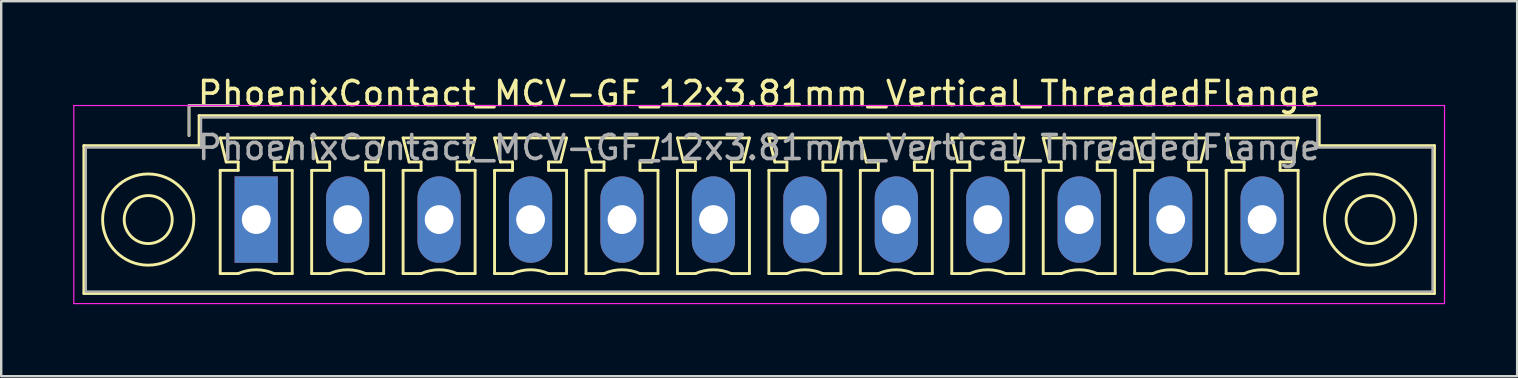
<source format=kicad_pcb>
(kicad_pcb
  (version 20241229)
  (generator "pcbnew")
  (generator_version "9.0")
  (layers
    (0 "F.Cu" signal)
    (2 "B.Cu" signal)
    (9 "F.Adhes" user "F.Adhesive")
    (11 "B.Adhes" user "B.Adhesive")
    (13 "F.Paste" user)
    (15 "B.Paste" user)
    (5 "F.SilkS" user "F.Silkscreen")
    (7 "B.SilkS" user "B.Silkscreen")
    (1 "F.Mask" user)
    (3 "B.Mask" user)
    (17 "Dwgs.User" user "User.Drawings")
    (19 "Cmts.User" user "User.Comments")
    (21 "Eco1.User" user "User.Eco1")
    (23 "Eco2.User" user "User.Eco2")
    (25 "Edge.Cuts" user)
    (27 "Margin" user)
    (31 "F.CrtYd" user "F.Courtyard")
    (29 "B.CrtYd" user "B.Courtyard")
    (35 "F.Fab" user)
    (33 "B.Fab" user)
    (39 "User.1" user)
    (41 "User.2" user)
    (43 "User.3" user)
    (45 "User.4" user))
  (footprint "PhoenixContact_MCV-GF_12x3.81mm_Vertical_ThreadedFlange"
    (layer "F.Cu")
    (at 7.625 6.098)
    (property "Reference" "PhoenixContact_MCV-GF_12x3.81mm_Vertical_ThreadedFlange" (at 20.955 -5.25 0) (layer "F.SilkS") (effects (font (size 1 1) (thickness 0.15))))
    (attr through_hole)
    (fp_line (start -7.18 -3.08) (end -7.18 3.08) (stroke (width 0.12) (type solid)) (layer "F.SilkS"))
    (fp_line (start -7.18 3.08) (end 49.09 3.08) (stroke (width 0.12) (type solid)) (layer "F.SilkS"))
    (fp_line (start -2.8 -4.75) (end -0.8 -4.75) (stroke (width 0.12) (type solid)) (layer "F.SilkS"))
    (fp_line (start -2.8 -3.5) (end -2.8 -4.75) (stroke (width 0.12) (type solid)) (layer "F.SilkS"))
    (fp_line (start -2.38 -4.33) (end -2.38 -3.08) (stroke (width 0.12) (type solid)) (layer "F.SilkS"))
    (fp_line (start -2.38 -3.08) (end -7.18 -3.08) (stroke (width 0.12) (type solid)) (layer "F.SilkS"))
    (fp_line (start -1.5 -3.4) (end 1.5 -3.4) (stroke (width 0.12) (type solid)) (layer "F.SilkS"))
    (fp_line (start -1.5 -2.05) (end -0.75 -2.05) (stroke (width 0.12) (type solid)) (layer "F.SilkS"))
    (fp_line (start -1.5 2.25) (end -1.5 -2.05) (stroke (width 0.12) (type solid)) (layer "F.SilkS"))
    (fp_line (start -1.25 -2.4) (end -1.5 -3.4) (stroke (width 0.12) (type solid)) (layer "F.SilkS"))
    (fp_line (start -0.75 -2.4) (end -1.25 -2.4) (stroke (width 0.12) (type solid)) (layer "F.SilkS"))
    (fp_line (start -0.75 -2.05) (end -0.75 -2.4) (stroke (width 0.12) (type solid)) (layer "F.SilkS"))
    (fp_line (start -0.75 2.25) (end -1.5 2.25) (stroke (width 0.12) (type solid)) (layer "F.SilkS"))
    (fp_line (start 0.75 -2.4) (end 0.75 -2.05) (stroke (width 0.12) (type solid)) (layer "F.SilkS"))
    (fp_line (start 0.75 -2.05) (end 1.5 -2.05) (stroke (width 0.12) (type solid)) (layer "F.SilkS"))
    (fp_line (start 1.25 -2.4) (end 0.75 -2.4) (stroke (width 0.12) (type solid)) (layer "F.SilkS"))
    (fp_line (start 1.5 -3.4) (end 1.25 -2.4) (stroke (width 0.12) (type solid)) (layer "F.SilkS"))
    (fp_line (start 1.5 -2.05) (end 1.5 2.25) (stroke (width 0.12) (type solid)) (layer "F.SilkS"))
    (fp_line (start 1.5 2.25) (end 0.75 2.25) (stroke (width 0.12) (type solid)) (layer "F.SilkS"))
    (fp_line (start 2.31 -3.4) (end 5.31 -3.4) (stroke (width 0.12) (type solid)) (layer "F.SilkS"))
    (fp_line (start 2.31 -2.05) (end 3.06 -2.05) (stroke (width 0.12) (type solid)) (layer "F.SilkS"))
    (fp_line (start 2.31 2.25) (end 2.31 -2.05) (stroke (width 0.12) (type solid)) (layer "F.SilkS"))
    (fp_line (start 2.56 -2.4) (end 2.31 -3.4) (stroke (width 0.12) (type solid)) (layer "F.SilkS"))
    (fp_line (start 3.06 -2.4) (end 2.56 -2.4) (stroke (width 0.12) (type solid)) (layer "F.SilkS"))
    (fp_line (start 3.06 -2.05) (end 3.06 -2.4) (stroke (width 0.12) (type solid)) (layer "F.SilkS"))
    (fp_line (start 3.06 2.25) (end 2.31 2.25) (stroke (width 0.12) (type solid)) (layer "F.SilkS"))
    (fp_line (start 4.56 -2.4) (end 4.56 -2.05) (stroke (width 0.12) (type solid)) (layer "F.SilkS"))
    (fp_line (start 4.56 -2.05) (end 5.31 -2.05) (stroke (width 0.12) (type solid)) (layer "F.SilkS"))
    (fp_line (start 5.06 -2.4) (end 4.56 -2.4) (stroke (width 0.12) (type solid)) (layer "F.SilkS"))
    (fp_line (start 5.31 -3.4) (end 5.06 -2.4) (stroke (width 0.12) (type solid)) (layer "F.SilkS"))
    (fp_line (start 5.31 -2.05) (end 5.31 2.25) (stroke (width 0.12) (type solid)) (layer "F.SilkS"))
    (fp_line (start 5.31 2.25) (end 4.56 2.25) (stroke (width 0.12) (type solid)) (layer "F.SilkS"))
    (fp_line (start 6.12 -3.4) (end 9.12 -3.4) (stroke (width 0.12) (type solid)) (layer "F.SilkS"))
    (fp_line (start 6.12 -2.05) (end 6.87 -2.05) (stroke (width 0.12) (type solid)) (layer "F.SilkS"))
    (fp_line (start 6.12 2.25) (end 6.12 -2.05) (stroke (width 0.12) (type solid)) (layer "F.SilkS"))
    (fp_line (start 6.37 -2.4) (end 6.12 -3.4) (stroke (width 0.12) (type solid)) (layer "F.SilkS"))
    (fp_line (start 6.87 -2.4) (end 6.37 -2.4) (stroke (width 0.12) (type solid)) (layer "F.SilkS"))
    (fp_line (start 6.87 -2.05) (end 6.87 -2.4) (stroke (width 0.12) (type solid)) (layer "F.SilkS"))
    (fp_line (start 6.87 2.25) (end 6.12 2.25) (stroke (width 0.12) (type solid)) (layer "F.SilkS"))
    (fp_line (start 8.37 -2.4) (end 8.37 -2.05) (stroke (width 0.12) (type solid)) (layer "F.SilkS"))
    (fp_line (start 8.37 -2.05) (end 9.12 -2.05) (stroke (width 0.12) (type solid)) (layer "F.SilkS"))
    (fp_line (start 8.87 -2.4) (end 8.37 -2.4) (stroke (width 0.12) (type solid)) (layer "F.SilkS"))
    (fp_line (start 9.12 -3.4) (end 8.87 -2.4) (stroke (width 0.12) (type solid)) (layer "F.SilkS"))
    (fp_line (start 9.12 -2.05) (end 9.12 2.25) (stroke (width 0.12) (type solid)) (layer "F.SilkS"))
    (fp_line (start 9.12 2.25) (end 8.37 2.25) (stroke (width 0.12) (type solid)) (layer "F.SilkS"))
    (fp_line (start 9.93 -3.4) (end 12.93 -3.4) (stroke (width 0.12) (type solid)) (layer "F.SilkS"))
    (fp_line (start 9.93 -2.05) (end 10.68 -2.05) (stroke (width 0.12) (type solid)) (layer "F.SilkS"))
    (fp_line (start 9.93 2.25) (end 9.93 -2.05) (stroke (width 0.12) (type solid)) (layer "F.SilkS"))
    (fp_line (start 10.18 -2.4) (end 9.93 -3.4) (stroke (width 0.12) (type solid)) (layer "F.SilkS"))
    (fp_line (start 10.68 -2.4) (end 10.18 -2.4) (stroke (width 0.12) (type solid)) (layer "F.SilkS"))
    (fp_line (start 10.68 -2.05) (end 10.68 -2.4) (stroke (width 0.12) (type solid)) (layer "F.SilkS"))
    (fp_line (start 10.68 2.25) (end 9.93 2.25) (stroke (width 0.12) (type solid)) (layer "F.SilkS"))
    (fp_line (start 12.18 -2.4) (end 12.18 -2.05) (stroke (width 0.12) (type solid)) (layer "F.SilkS"))
    (fp_line (start 12.18 -2.05) (end 12.93 -2.05) (stroke (width 0.12) (type solid)) (layer "F.SilkS"))
    (fp_line (start 12.68 -2.4) (end 12.18 -2.4) (stroke (width 0.12) (type solid)) (layer "F.SilkS"))
    (fp_line (start 12.93 -3.4) (end 12.68 -2.4) (stroke (width 0.12) (type solid)) (layer "F.SilkS"))
    (fp_line (start 12.93 -2.05) (end 12.93 2.25) (stroke (width 0.12) (type solid)) (layer "F.SilkS"))
    (fp_line (start 12.93 2.25) (end 12.18 2.25) (stroke (width 0.12) (type solid)) (layer "F.SilkS"))
    (fp_line (start 13.74 -3.4) (end 16.74 -3.4) (stroke (width 0.12) (type solid)) (layer "F.SilkS"))
    (fp_line (start 13.74 -2.05) (end 14.49 -2.05) (stroke (width 0.12) (type solid)) (layer "F.SilkS"))
    (fp_line (start 13.74 2.25) (end 13.74 -2.05) (stroke (width 0.12) (type solid)) (layer "F.SilkS"))
    (fp_line (start 13.99 -2.4) (end 13.74 -3.4) (stroke (width 0.12) (type solid)) (layer "F.SilkS"))
    (fp_line (start 14.49 -2.4) (end 13.99 -2.4) (stroke (width 0.12) (type solid)) (layer "F.SilkS"))
    (fp_line (start 14.49 -2.05) (end 14.49 -2.4) (stroke (width 0.12) (type solid)) (layer "F.SilkS"))
    (fp_line (start 14.49 2.25) (end 13.74 2.25) (stroke (width 0.12) (type solid)) (layer "F.SilkS"))
    (fp_line (start 15.99 -2.4) (end 15.99 -2.05) (stroke (width 0.12) (type solid)) (layer "F.SilkS"))
    (fp_line (start 15.99 -2.05) (end 16.74 -2.05) (stroke (width 0.12) (type solid)) (layer "F.SilkS"))
    (fp_line (start 16.49 -2.4) (end 15.99 -2.4) (stroke (width 0.12) (type solid)) (layer "F.SilkS"))
    (fp_line (start 16.74 -3.4) (end 16.49 -2.4) (stroke (width 0.12) (type solid)) (layer "F.SilkS"))
    (fp_line (start 16.74 -2.05) (end 16.74 2.25) (stroke (width 0.12) (type solid)) (layer "F.SilkS"))
    (fp_line (start 16.74 2.25) (end 15.99 2.25) (stroke (width 0.12) (type solid)) (layer "F.SilkS"))
    (fp_line (start 17.55 -3.4) (end 20.55 -3.4) (stroke (width 0.12) (type solid)) (layer "F.SilkS"))
    (fp_line (start 17.55 -2.05) (end 18.3 -2.05) (stroke (width 0.12) (type solid)) (layer "F.SilkS"))
    (fp_line (start 17.55 2.25) (end 17.55 -2.05) (stroke (width 0.12) (type solid)) (layer "F.SilkS"))
    (fp_line (start 17.8 -2.4) (end 17.55 -3.4) (stroke (width 0.12) (type solid)) (layer "F.SilkS"))
    (fp_line (start 18.3 -2.4) (end 17.8 -2.4) (stroke (width 0.12) (type solid)) (layer "F.SilkS"))
    (fp_line (start 18.3 -2.05) (end 18.3 -2.4) (stroke (width 0.12) (type solid)) (layer "F.SilkS"))
    (fp_line (start 18.3 2.25) (end 17.55 2.25) (stroke (width 0.12) (type solid)) (layer "F.SilkS"))
    (fp_line (start 19.8 -2.4) (end 19.8 -2.05) (stroke (width 0.12) (type solid)) (layer "F.SilkS"))
    (fp_line (start 19.8 -2.05) (end 20.55 -2.05) (stroke (width 0.12) (type solid)) (layer "F.SilkS"))
    (fp_line (start 20.3 -2.4) (end 19.8 -2.4) (stroke (width 0.12) (type solid)) (layer "F.SilkS"))
    (fp_line (start 20.55 -3.4) (end 20.3 -2.4) (stroke (width 0.12) (type solid)) (layer "F.SilkS"))
    (fp_line (start 20.55 -2.05) (end 20.55 2.25) (stroke (width 0.12) (type solid)) (layer "F.SilkS"))
    (fp_line (start 20.55 2.25) (end 19.8 2.25) (stroke (width 0.12) (type solid)) (layer "F.SilkS"))
    (fp_line (start 21.36 -3.4) (end 24.36 -3.4) (stroke (width 0.12) (type solid)) (layer "F.SilkS"))
    (fp_line (start 21.36 -2.05) (end 22.11 -2.05) (stroke (width 0.12) (type solid)) (layer "F.SilkS"))
    (fp_line (start 21.36 2.25) (end 21.36 -2.05) (stroke (width 0.12) (type solid)) (layer "F.SilkS"))
    (fp_line (start 21.61 -2.4) (end 21.36 -3.4) (stroke (width 0.12) (type solid)) (layer "F.SilkS"))
    (fp_line (start 22.11 -2.4) (end 21.61 -2.4) (stroke (width 0.12) (type solid)) (layer "F.SilkS"))
    (fp_line (start 22.11 -2.05) (end 22.11 -2.4) (stroke (width 0.12) (type solid)) (layer "F.SilkS"))
    (fp_line (start 22.11 2.25) (end 21.36 2.25) (stroke (width 0.12) (type solid)) (layer "F.SilkS"))
    (fp_line (start 23.61 -2.4) (end 23.61 -2.05) (stroke (width 0.12) (type solid)) (layer "F.SilkS"))
    (fp_line (start 23.61 -2.05) (end 24.36 -2.05) (stroke (width 0.12) (type solid)) (layer "F.SilkS"))
    (fp_line (start 24.11 -2.4) (end 23.61 -2.4) (stroke (width 0.12) (type solid)) (layer "F.SilkS"))
    (fp_line (start 24.36 -3.4) (end 24.11 -2.4) (stroke (width 0.12) (type solid)) (layer "F.SilkS"))
    (fp_line (start 24.36 -2.05) (end 24.36 2.25) (stroke (width 0.12) (type solid)) (layer "F.SilkS"))
    (fp_line (start 24.36 2.25) (end 23.61 2.25) (stroke (width 0.12) (type solid)) (layer "F.SilkS"))
    (fp_line (start 25.17 -3.4) (end 28.17 -3.4) (stroke (width 0.12) (type solid)) (layer "F.SilkS"))
    (fp_line (start 25.17 -2.05) (end 25.92 -2.05) (stroke (width 0.12) (type solid)) (layer "F.SilkS"))
    (fp_line (start 25.17 2.25) (end 25.17 -2.05) (stroke (width 0.12) (type solid)) (layer "F.SilkS"))
    (fp_line (start 25.42 -2.4) (end 25.17 -3.4) (stroke (width 0.12) (type solid)) (layer "F.SilkS"))
    (fp_line (start 25.92 -2.4) (end 25.42 -2.4) (stroke (width 0.12) (type solid)) (layer "F.SilkS"))
    (fp_line (start 25.92 -2.05) (end 25.92 -2.4) (stroke (width 0.12) (type solid)) (layer "F.SilkS"))
    (fp_line (start 25.92 2.25) (end 25.17 2.25) (stroke (width 0.12) (type solid)) (layer "F.SilkS"))
    (fp_line (start 27.42 -2.4) (end 27.42 -2.05) (stroke (width 0.12) (type solid)) (layer "F.SilkS"))
    (fp_line (start 27.42 -2.05) (end 28.17 -2.05) (stroke (width 0.12) (type solid)) (layer "F.SilkS"))
    (fp_line (start 27.92 -2.4) (end 27.42 -2.4) (stroke (width 0.12) (type solid)) (layer "F.SilkS"))
    (fp_line (start 28.17 -3.4) (end 27.92 -2.4) (stroke (width 0.12) (type solid)) (layer "F.SilkS"))
    (fp_line (start 28.17 -2.05) (end 28.17 2.25) (stroke (width 0.12) (type solid)) (layer "F.SilkS"))
    (fp_line (start 28.17 2.25) (end 27.42 2.25) (stroke (width 0.12) (type solid)) (layer "F.SilkS"))
    (fp_line (start 28.98 -3.4) (end 31.98 -3.4) (stroke (width 0.12) (type solid)) (layer "F.SilkS"))
    (fp_line (start 28.98 -2.05) (end 29.73 -2.05) (stroke (width 0.12) (type solid)) (layer "F.SilkS"))
    (fp_line (start 28.98 2.25) (end 28.98 -2.05) (stroke (width 0.12) (type solid)) (layer "F.SilkS"))
    (fp_line (start 29.23 -2.4) (end 28.98 -3.4) (stroke (width 0.12) (type solid)) (layer "F.SilkS"))
    (fp_line (start 29.73 -2.4) (end 29.23 -2.4) (stroke (width 0.12) (type solid)) (layer "F.SilkS"))
    (fp_line (start 29.73 -2.05) (end 29.73 -2.4) (stroke (width 0.12) (type solid)) (layer "F.SilkS"))
    (fp_line (start 29.73 2.25) (end 28.98 2.25) (stroke (width 0.12) (type solid)) (layer "F.SilkS"))
    (fp_line (start 31.23 -2.4) (end 31.23 -2.05) (stroke (width 0.12) (type solid)) (layer "F.SilkS"))
    (fp_line (start 31.23 -2.05) (end 31.98 -2.05) (stroke (width 0.12) (type solid)) (layer "F.SilkS"))
    (fp_line (start 31.73 -2.4) (end 31.23 -2.4) (stroke (width 0.12) (type solid)) (layer "F.SilkS"))
    (fp_line (start 31.98 -3.4) (end 31.73 -2.4) (stroke (width 0.12) (type solid)) (layer "F.SilkS"))
    (fp_line (start 31.98 -2.05) (end 31.98 2.25) (stroke (width 0.12) (type solid)) (layer "F.SilkS"))
    (fp_line (start 31.98 2.25) (end 31.23 2.25) (stroke (width 0.12) (type solid)) (layer "F.SilkS"))
    (fp_line (start 32.79 -3.4) (end 35.79 -3.4) (stroke (width 0.12) (type solid)) (layer "F.SilkS"))
    (fp_line (start 32.79 -2.05) (end 33.54 -2.05) (stroke (width 0.12) (type solid)) (layer "F.SilkS"))
    (fp_line (start 32.79 2.25) (end 32.79 -2.05) (stroke (width 0.12) (type solid)) (layer "F.SilkS"))
    (fp_line (start 33.04 -2.4) (end 32.79 -3.4) (stroke (width 0.12) (type solid)) (layer "F.SilkS"))
    (fp_line (start 33.54 -2.4) (end 33.04 -2.4) (stroke (width 0.12) (type solid)) (layer "F.SilkS"))
    (fp_line (start 33.54 -2.05) (end 33.54 -2.4) (stroke (width 0.12) (type solid)) (layer "F.SilkS"))
    (fp_line (start 33.54 2.25) (end 32.79 2.25) (stroke (width 0.12) (type solid)) (layer "F.SilkS"))
    (fp_line (start 35.04 -2.4) (end 35.04 -2.05) (stroke (width 0.12) (type solid)) (layer "F.SilkS"))
    (fp_line (start 35.04 -2.05) (end 35.79 -2.05) (stroke (width 0.12) (type solid)) (layer "F.SilkS"))
    (fp_line (start 35.54 -2.4) (end 35.04 -2.4) (stroke (width 0.12) (type solid)) (layer "F.SilkS"))
    (fp_line (start 35.79 -3.4) (end 35.54 -2.4) (stroke (width 0.12) (type solid)) (layer "F.SilkS"))
    (fp_line (start 35.79 -2.05) (end 35.79 2.25) (stroke (width 0.12) (type solid)) (layer "F.SilkS"))
    (fp_line (start 35.79 2.25) (end 35.04 2.25) (stroke (width 0.12) (type solid)) (layer "F.SilkS"))
    (fp_line (start 36.6 -3.4) (end 39.6 -3.4) (stroke (width 0.12) (type solid)) (layer "F.SilkS"))
    (fp_line (start 36.6 -2.05) (end 37.35 -2.05) (stroke (width 0.12) (type solid)) (layer "F.SilkS"))
    (fp_line (start 36.6 2.25) (end 36.6 -2.05) (stroke (width 0.12) (type solid)) (layer "F.SilkS"))
    (fp_line (start 36.85 -2.4) (end 36.6 -3.4) (stroke (width 0.12) (type solid)) (layer "F.SilkS"))
    (fp_line (start 37.35 -2.4) (end 36.85 -2.4) (stroke (width 0.12) (type solid)) (layer "F.SilkS"))
    (fp_line (start 37.35 -2.05) (end 37.35 -2.4) (stroke (width 0.12) (type solid)) (layer "F.SilkS"))
    (fp_line (start 37.35 2.25) (end 36.6 2.25) (stroke (width 0.12) (type solid)) (layer "F.SilkS"))
    (fp_line (start 38.85 -2.4) (end 38.85 -2.05) (stroke (width 0.12) (type solid)) (layer "F.SilkS"))
    (fp_line (start 38.85 -2.05) (end 39.6 -2.05) (stroke (width 0.12) (type solid)) (layer "F.SilkS"))
    (fp_line (start 39.35 -2.4) (end 38.85 -2.4) (stroke (width 0.12) (type solid)) (layer "F.SilkS"))
    (fp_line (start 39.6 -3.4) (end 39.35 -2.4) (stroke (width 0.12) (type solid)) (layer "F.SilkS"))
    (fp_line (start 39.6 -2.05) (end 39.6 2.25) (stroke (width 0.12) (type solid)) (layer "F.SilkS"))
    (fp_line (start 39.6 2.25) (end 38.85 2.25) (stroke (width 0.12) (type solid)) (layer "F.SilkS"))
    (fp_line (start 40.41 -3.4) (end 43.41 -3.4) (stroke (width 0.12) (type solid)) (layer "F.SilkS"))
    (fp_line (start 40.41 -2.05) (end 41.16 -2.05) (stroke (width 0.12) (type solid)) (layer "F.SilkS"))
    (fp_line (start 40.41 2.25) (end 40.41 -2.05) (stroke (width 0.12) (type solid)) (layer "F.SilkS"))
    (fp_line (start 40.66 -2.4) (end 40.41 -3.4) (stroke (width 0.12) (type solid)) (layer "F.SilkS"))
    (fp_line (start 41.16 -2.4) (end 40.66 -2.4) (stroke (width 0.12) (type solid)) (layer "F.SilkS"))
    (fp_line (start 41.16 -2.05) (end 41.16 -2.4) (stroke (width 0.12) (type solid)) (layer "F.SilkS"))
    (fp_line (start 41.16 2.25) (end 40.41 2.25) (stroke (width 0.12) (type solid)) (layer "F.SilkS"))
    (fp_line (start 42.66 -2.4) (end 42.66 -2.05) (stroke (width 0.12) (type solid)) (layer "F.SilkS"))
    (fp_line (start 42.66 -2.05) (end 43.41 -2.05) (stroke (width 0.12) (type solid)) (layer "F.SilkS"))
    (fp_line (start 43.16 -2.4) (end 42.66 -2.4) (stroke (width 0.12) (type solid)) (layer "F.SilkS"))
    (fp_line (start 43.41 -3.4) (end 43.16 -2.4) (stroke (width 0.12) (type solid)) (layer "F.SilkS"))
    (fp_line (start 43.41 -2.05) (end 43.41 2.25) (stroke (width 0.12) (type solid)) (layer "F.SilkS"))
    (fp_line (start 43.41 2.25) (end 42.66 2.25) (stroke (width 0.12) (type solid)) (layer "F.SilkS"))
    (fp_line (start 44.29 -4.33) (end -2.38 -4.33) (stroke (width 0.12) (type solid)) (layer "F.SilkS"))
    (fp_line (start 44.29 -3.08) (end 44.29 -4.33) (stroke (width 0.12) (type solid)) (layer "F.SilkS"))
    (fp_line (start 49.09 -3.08) (end 44.29 -3.08) (stroke (width 0.12) (type solid)) (layer "F.SilkS"))
    (fp_line (start 49.09 3.08) (end 49.09 -3.08) (stroke (width 0.12) (type solid)) (layer "F.SilkS"))
    (fp_arc (start -0.75 2.25) (mid -0.000193 2.09191) (end 0.749647 2.249844) (stroke (width 0.12) (type solid)) (layer "F.SilkS"))
    (fp_arc (start 3.06 2.25) (mid 3.809807 2.09191) (end 4.559647 2.249844) (stroke (width 0.12) (type solid)) (layer "F.SilkS"))
    (fp_arc (start 6.87 2.25) (mid 7.619807 2.09191) (end 8.369647 2.249844) (stroke (width 0.12) (type solid)) (layer "F.SilkS"))
    (fp_arc (start 10.68 2.25) (mid 11.429807 2.09191) (end 12.179647 2.249844) (stroke (width 0.12) (type solid)) (layer "F.SilkS"))
    (fp_arc (start 14.49 2.25) (mid 15.239807 2.09191) (end 15.989647 2.249844) (stroke (width 0.12) (type solid)) (layer "F.SilkS"))
    (fp_arc (start 18.3 2.25) (mid 19.049807 2.09191) (end 19.799647 2.249844) (stroke (width 0.12) (type solid)) (layer "F.SilkS"))
    (fp_arc (start 22.11 2.25) (mid 22.859807 2.09191) (end 23.609647 2.249844) (stroke (width 0.12) (type solid)) (layer "F.SilkS"))
    (fp_arc (start 25.92 2.25) (mid 26.669807 2.09191) (end 27.419647 2.249844) (stroke (width 0.12) (type solid)) (layer "F.SilkS"))
    (fp_arc (start 29.73 2.25) (mid 30.479807 2.09191) (end 31.229647 2.249844) (stroke (width 0.12) (type solid)) (layer "F.SilkS"))
    (fp_arc (start 33.54 2.25) (mid 34.289807 2.09191) (end 35.039647 2.249844) (stroke (width 0.12) (type solid)) (layer "F.SilkS"))
    (fp_arc (start 37.35 2.25) (mid 38.099807 2.09191) (end 38.849647 2.249844) (stroke (width 0.12) (type solid)) (layer "F.SilkS"))
    (fp_arc (start 41.16 2.25) (mid 41.909807 2.09191) (end 42.659647 2.249844) (stroke (width 0.12) (type solid)) (layer "F.SilkS"))
    (fp_circle (center -4.5 0) (end -3.5 0) (stroke (width 0.12) (type solid)) (fill no) (layer "F.SilkS"))
    (fp_circle (center -4.5 0) (end -2.6 0) (stroke (width 0.12) (type solid)) (fill no) (layer "F.SilkS"))
    (fp_circle (center 46.41 0) (end 47.41 0) (stroke (width 0.12) (type solid)) (fill no) (layer "F.SilkS"))
    (fp_circle (center 46.41 0) (end 48.31 0) (stroke (width 0.12) (type solid)) (fill no) (layer "F.SilkS"))
    (fp_line (start -7.6 -4.75) (end -7.6 3.5) (stroke (width 0.05) (type solid)) (layer "F.CrtYd"))
    (fp_line (start -7.6 3.5) (end 49.51 3.5) (stroke (width 0.05) (type solid)) (layer "F.CrtYd"))
    (fp_line (start 49.51 -4.75) (end -7.6 -4.75) (stroke (width 0.05) (type solid)) (layer "F.CrtYd"))
    (fp_line (start 49.51 3.5) (end 49.51 -4.75) (stroke (width 0.05) (type solid)) (layer "F.CrtYd"))
    (fp_line (start -7.1 -3) (end -7.1 3) (stroke (width 0.1) (type solid)) (layer "F.Fab"))
    (fp_line (start -7.1 3) (end 49.01 3) (stroke (width 0.1) (type solid)) (layer "F.Fab"))
    (fp_line (start -2.8 -4.75) (end -0.8 -4.75) (stroke (width 0.1) (type solid)) (layer "F.Fab"))
    (fp_line (start -2.8 -3.5) (end -2.8 -4.75) (stroke (width 0.1) (type solid)) (layer "F.Fab"))
    (fp_line (start -2.3 -4.25) (end -2.3 -3) (stroke (width 0.1) (type solid)) (layer "F.Fab"))
    (fp_line (start -2.3 -3) (end -7.1 -3) (stroke (width 0.1) (type solid)) (layer "F.Fab"))
    (fp_line (start 44.21 -4.25) (end -2.3 -4.25) (stroke (width 0.1) (type solid)) (layer "F.Fab"))
    (fp_line (start 44.21 -3) (end 44.21 -4.25) (stroke (width 0.1) (type solid)) (layer "F.Fab"))
    (fp_line (start 49.01 -3) (end 44.21 -3) (stroke (width 0.1) (type solid)) (layer "F.Fab"))
    (fp_line (start 49.01 3) (end 49.01 -3) (stroke (width 0.1) (type solid)) (layer "F.Fab"))
    (fp_text user "${REFERENCE}" (at 20.955 -3 0) (layer "F.Fab") (effects (font (size 1 1) (thickness 0.15))))
    (pad "1" thru_hole rect (at 0 0) (size 1.8 3.6) (drill 1.2) (layers "*.Cu" "*.Mask"))
    (pad "2" thru_hole oval (at 3.81 0) (size 1.8 3.6) (drill 1.2) (layers "*.Cu" "*.Mask"))
    (pad "3" thru_hole oval (at 7.62 0) (size 1.8 3.6) (drill 1.2) (layers "*.Cu" "*.Mask"))
    (pad "4" thru_hole oval (at 11.43 0) (size 1.8 3.6) (drill 1.2) (layers "*.Cu" "*.Mask"))
    (pad "5" thru_hole oval (at 15.24 0) (size 1.8 3.6) (drill 1.2) (layers "*.Cu" "*.Mask"))
    (pad "6" thru_hole oval (at 19.05 0) (size 1.8 3.6) (drill 1.2) (layers "*.Cu" "*.Mask"))
    (pad "7" thru_hole oval (at 22.86 0) (size 1.8 3.6) (drill 1.2) (layers "*.Cu" "*.Mask"))
    (pad "8" thru_hole oval (at 26.67 0) (size 1.8 3.6) (drill 1.2) (layers "*.Cu" "*.Mask"))
    (pad "9" thru_hole oval (at 30.48 0) (size 1.8 3.6) (drill 1.2) (layers "*.Cu" "*.Mask"))
    (pad "10" thru_hole oval (at 34.29 0) (size 1.8 3.6) (drill 1.2) (layers "*.Cu" "*.Mask"))
    (pad "11" thru_hole oval (at 38.1 0) (size 1.8 3.6) (drill 1.2) (layers "*.Cu" "*.Mask"))
    (pad "12" thru_hole oval (at 41.91 0) (size 1.8 3.6) (drill 1.2) (layers "*.Cu" "*.Mask")))
  (gr_rect
    (start -3 -3)
    (end 60.16 12.623)
    (stroke (width 0.1) (type default))
    (fill no)
    (layer "Edge.Cuts")))
</source>
